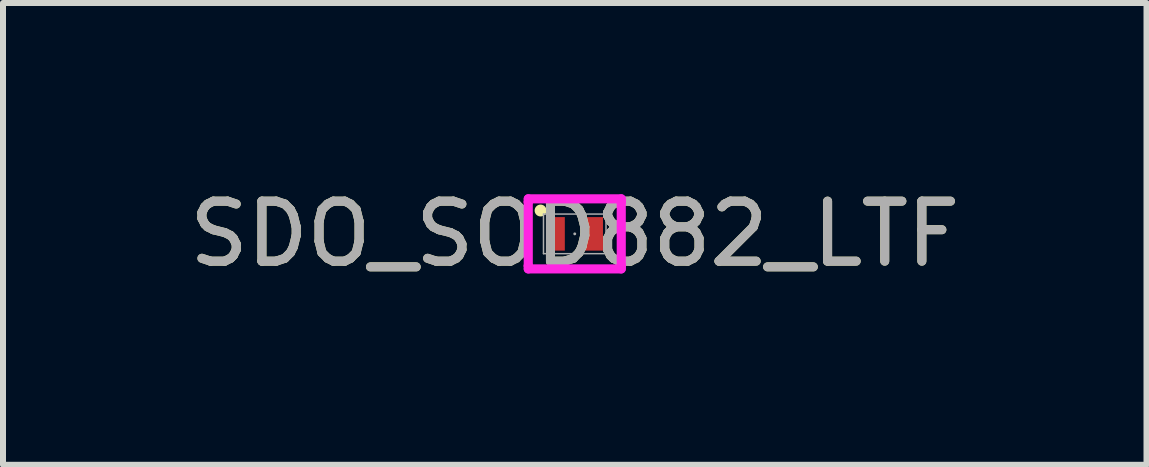
<source format=kicad_pcb>
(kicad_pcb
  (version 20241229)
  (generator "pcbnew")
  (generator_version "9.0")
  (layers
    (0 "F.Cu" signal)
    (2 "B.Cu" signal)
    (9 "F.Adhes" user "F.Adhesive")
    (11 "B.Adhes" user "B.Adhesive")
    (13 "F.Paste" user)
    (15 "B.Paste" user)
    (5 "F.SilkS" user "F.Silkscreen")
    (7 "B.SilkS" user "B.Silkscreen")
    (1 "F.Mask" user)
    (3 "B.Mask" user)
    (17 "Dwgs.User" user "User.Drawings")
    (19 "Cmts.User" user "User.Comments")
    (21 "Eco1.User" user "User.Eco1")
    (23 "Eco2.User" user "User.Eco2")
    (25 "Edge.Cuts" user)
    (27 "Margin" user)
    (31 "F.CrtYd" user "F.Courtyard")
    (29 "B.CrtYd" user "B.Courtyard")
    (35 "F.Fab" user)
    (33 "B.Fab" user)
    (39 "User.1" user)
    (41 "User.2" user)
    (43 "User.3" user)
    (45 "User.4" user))
  (footprint "SDO_SOD882_LTF"
    (layer "F.Cu")
    (at 6.53 0.848)
    (property "Reference" "SDO_SOD882_LTF" (at 0 0 0) (unlocked yes) (layer "F.SilkS") (effects (font (size 1 1) (thickness 0.15))))
    (attr smd)
    (fp_circle (center -0.57 -0.389) (end -0.533 -0.357) (stroke (width 0.1) (type solid)) (fill yes) (layer "F.SilkS"))
    (fp_line (start -0.775 -0.584) (end 0.775 -0.584) (stroke (width 0.152) (type solid)) (layer "F.CrtYd"))
    (fp_line (start -0.775 -0.533) (end -0.775 -0.584) (stroke (width 0.152) (type solid)) (layer "F.CrtYd"))
    (fp_line (start -0.775 -0.533) (end -0.775 -0.533) (stroke (width 0.152) (type solid)) (layer "F.CrtYd"))
    (fp_line (start -0.775 0.533) (end -0.775 -0.533) (stroke (width 0.152) (type solid)) (layer "F.CrtYd"))
    (fp_line (start -0.775 0.533) (end -0.775 0.533) (stroke (width 0.152) (type solid)) (layer "F.CrtYd"))
    (fp_line (start -0.775 0.584) (end -0.775 0.533) (stroke (width 0.152) (type solid)) (layer "F.CrtYd"))
    (fp_line (start 0.775 -0.584) (end 0.775 -0.533) (stroke (width 0.152) (type solid)) (layer "F.CrtYd"))
    (fp_line (start 0.775 -0.533) (end 0.775 -0.533) (stroke (width 0.152) (type solid)) (layer "F.CrtYd"))
    (fp_line (start 0.775 -0.533) (end 0.775 0.533) (stroke (width 0.152) (type solid)) (layer "F.CrtYd"))
    (fp_line (start 0.775 0.533) (end 0.775 0.533) (stroke (width 0.152) (type solid)) (layer "F.CrtYd"))
    (fp_line (start 0.775 0.533) (end 0.775 0.584) (stroke (width 0.152) (type solid)) (layer "F.CrtYd"))
    (fp_line (start 0.775 0.584) (end -0.775 0.584) (stroke (width 0.152) (type solid)) (layer "F.CrtYd"))
    (fp_line (start -0.521 -0.33) (end -0.521 0.33) (stroke (width 0.025) (type solid)) (layer "F.Fab"))
    (fp_line (start -0.521 0.33) (end 0.521 0.33) (stroke (width 0.025) (type solid)) (layer "F.Fab"))
    (fp_line (start 0.521 -0.33) (end -0.521 -0.33) (stroke (width 0.025) (type solid)) (layer "F.Fab"))
    (fp_line (start 0.521 0.33) (end 0.521 -0.33) (stroke (width 0.025) (type solid)) (layer "F.Fab"))
    (fp_circle (center 0 0) (end 0 0) (stroke (width 0.025) (type solid)) (fill no) (layer "F.Fab"))
    (fp_text user "${REFERENCE}" (at 0 0 0) (unlocked yes) (layer "F.Fab") (effects (font (size 1 1) (thickness 0.15))))
    (pad "1" smd rect (at -0.318 0) (size 0.305 0.559) (layers "F.Cu" "F.Mask" "F.Paste"))
    (pad "2" smd rect (at 0.318 0) (size 0.305 0.559) (layers "F.Cu" "F.Mask" "F.Paste")))
  (gr_rect
    (start -3 -3)
    (end 16.06 4.697)
    (stroke (width 0.1) (type default))
    (fill no)
    (layer "Edge.Cuts")))
</source>
